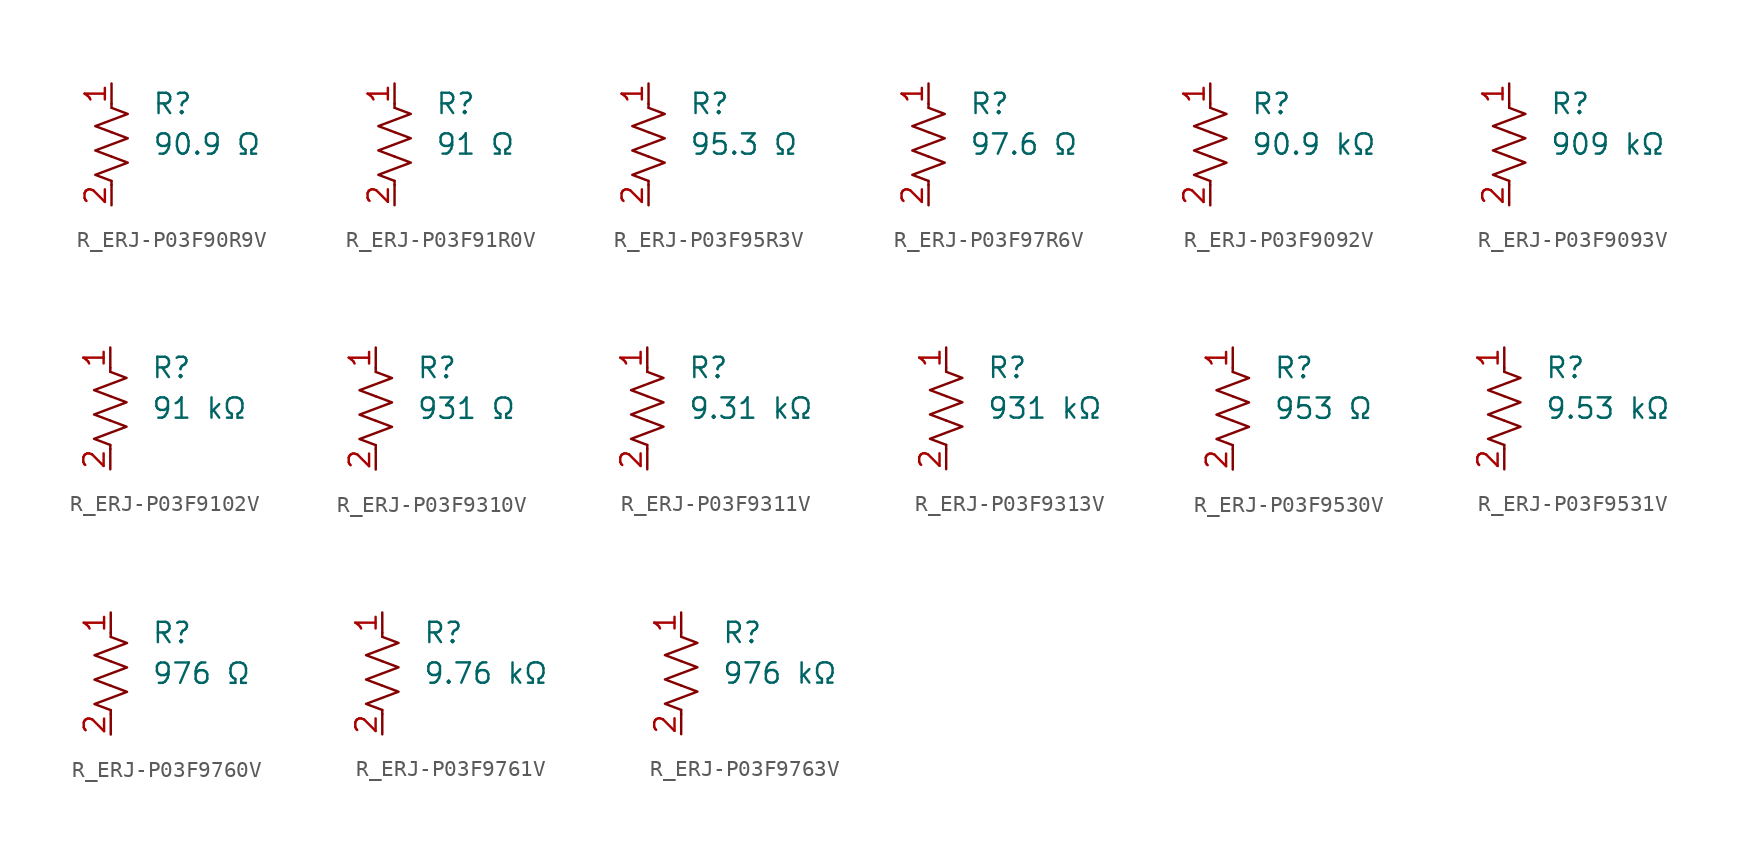
<source format=kicad_sym>
(kicad_symbol_lib
  (version 20231120)
  (generator "kicad_symbol_editor")
  (generator_version "8.0")
  (symbol "R_ERJ-P03F90R9V"
    (pin_names
      (offset 0.254))
    (property "Value" "90.9 Ω"
      (at 2.54 0 0)
      (effects (font (size 1.27 1.27)) (justify left)))
    (property "Reference" "R"
      (at 2.54 2.54 0)
      (effects (font (size 1.27 1.27)) (justify left)))
    (symbol "R_ERJ-P03F90R9V_0_1"
      (polyline (pts (xy 0 -2.286) (xy 0 -2.54)) (stroke (width 0) (type default)) (fill (type none)))
      (polyline (pts (xy 0 2.286) (xy 0 2.54)) (stroke (width 0) (type default)) (fill (type none)))
      (polyline (pts (xy 0 -0.762) (xy 1.016 -1.143) (xy 0 -1.524) (xy -1.016 -1.905) (xy 0 -2.286)) (stroke (width 0) (type default)) (fill (type none)))
      (polyline (pts (xy 0 0.762) (xy 1.016 0.381) (xy 0 0) (xy -1.016 -0.381) (xy 0 -0.762)) (stroke (width 0) (type default)) (fill (type none)))
      (polyline (pts (xy 0 2.286) (xy 1.016 1.905) (xy 0 1.524) (xy -1.016 1.143) (xy 0 0.762)) (stroke (width 0) (type default)) (fill (type none))))
    (symbol "R_ERJ-P03F90R9V_1_1"
      (pin passive line (at 0 3.81 270) (length 1.27) (name "~" (effects (font (size 1.27 1.27)))) (number "1" (effects (font (size 1.27 1.27)))))
      (pin passive line (at 0 -3.81 90) (length 1.27) (name "~" (effects (font (size 1.27 1.27)))) (number "2" (effects (font (size 1.27 1.27)))))))
  (symbol "R_ERJ-P03F91R0V"
    (pin_names
      (offset 0.254))
    (property "Value" "91 Ω"
      (at 2.54 0 0)
      (effects (font (size 1.27 1.27)) (justify left)))
    (property "Reference" "R"
      (at 2.54 2.54 0)
      (effects (font (size 1.27 1.27)) (justify left)))
    (symbol "R_ERJ-P03F91R0V_0_1"
      (polyline (pts (xy 0 -2.286) (xy 0 -2.54)) (stroke (width 0) (type default)) (fill (type none)))
      (polyline (pts (xy 0 2.286) (xy 0 2.54)) (stroke (width 0) (type default)) (fill (type none)))
      (polyline (pts (xy 0 -0.762) (xy 1.016 -1.143) (xy 0 -1.524) (xy -1.016 -1.905) (xy 0 -2.286)) (stroke (width 0) (type default)) (fill (type none)))
      (polyline (pts (xy 0 0.762) (xy 1.016 0.381) (xy 0 0) (xy -1.016 -0.381) (xy 0 -0.762)) (stroke (width 0) (type default)) (fill (type none)))
      (polyline (pts (xy 0 2.286) (xy 1.016 1.905) (xy 0 1.524) (xy -1.016 1.143) (xy 0 0.762)) (stroke (width 0) (type default)) (fill (type none))))
    (symbol "R_ERJ-P03F91R0V_1_1"
      (pin passive line (at 0 3.81 270) (length 1.27) (name "~" (effects (font (size 1.27 1.27)))) (number "1" (effects (font (size 1.27 1.27)))))
      (pin passive line (at 0 -3.81 90) (length 1.27) (name "~" (effects (font (size 1.27 1.27)))) (number "2" (effects (font (size 1.27 1.27)))))))
  (symbol "R_ERJ-P03F95R3V"
    (pin_names
      (offset 0.254))
    (property "Value" "95.3 Ω"
      (at 2.54 0 0)
      (effects (font (size 1.27 1.27)) (justify left)))
    (property "Reference" "R"
      (at 2.54 2.54 0)
      (effects (font (size 1.27 1.27)) (justify left)))
    (symbol "R_ERJ-P03F95R3V_0_1"
      (polyline (pts (xy 0 -2.286) (xy 0 -2.54)) (stroke (width 0) (type default)) (fill (type none)))
      (polyline (pts (xy 0 2.286) (xy 0 2.54)) (stroke (width 0) (type default)) (fill (type none)))
      (polyline (pts (xy 0 -0.762) (xy 1.016 -1.143) (xy 0 -1.524) (xy -1.016 -1.905) (xy 0 -2.286)) (stroke (width 0) (type default)) (fill (type none)))
      (polyline (pts (xy 0 0.762) (xy 1.016 0.381) (xy 0 0) (xy -1.016 -0.381) (xy 0 -0.762)) (stroke (width 0) (type default)) (fill (type none)))
      (polyline (pts (xy 0 2.286) (xy 1.016 1.905) (xy 0 1.524) (xy -1.016 1.143) (xy 0 0.762)) (stroke (width 0) (type default)) (fill (type none))))
    (symbol "R_ERJ-P03F95R3V_1_1"
      (pin passive line (at 0 3.81 270) (length 1.27) (name "~" (effects (font (size 1.27 1.27)))) (number "1" (effects (font (size 1.27 1.27)))))
      (pin passive line (at 0 -3.81 90) (length 1.27) (name "~" (effects (font (size 1.27 1.27)))) (number "2" (effects (font (size 1.27 1.27)))))))
  (symbol "R_ERJ-P03F97R6V"
    (pin_names
      (offset 0.254))
    (property "Value" "97.6 Ω"
      (at 2.54 0 0)
      (effects (font (size 1.27 1.27)) (justify left)))
    (property "Reference" "R"
      (at 2.54 2.54 0)
      (effects (font (size 1.27 1.27)) (justify left)))
    (symbol "R_ERJ-P03F97R6V_0_1"
      (polyline (pts (xy 0 -2.286) (xy 0 -2.54)) (stroke (width 0) (type default)) (fill (type none)))
      (polyline (pts (xy 0 2.286) (xy 0 2.54)) (stroke (width 0) (type default)) (fill (type none)))
      (polyline (pts (xy 0 -0.762) (xy 1.016 -1.143) (xy 0 -1.524) (xy -1.016 -1.905) (xy 0 -2.286)) (stroke (width 0) (type default)) (fill (type none)))
      (polyline (pts (xy 0 0.762) (xy 1.016 0.381) (xy 0 0) (xy -1.016 -0.381) (xy 0 -0.762)) (stroke (width 0) (type default)) (fill (type none)))
      (polyline (pts (xy 0 2.286) (xy 1.016 1.905) (xy 0 1.524) (xy -1.016 1.143) (xy 0 0.762)) (stroke (width 0) (type default)) (fill (type none))))
    (symbol "R_ERJ-P03F97R6V_1_1"
      (pin passive line (at 0 3.81 270) (length 1.27) (name "~" (effects (font (size 1.27 1.27)))) (number "1" (effects (font (size 1.27 1.27)))))
      (pin passive line (at 0 -3.81 90) (length 1.27) (name "~" (effects (font (size 1.27 1.27)))) (number "2" (effects (font (size 1.27 1.27)))))))
  (symbol "R_ERJ-P03F9092V"
    (pin_names
      (offset 0.254))
    (property "Value" "90.9 kΩ"
      (at 2.54 0 0)
      (effects (font (size 1.27 1.27)) (justify left)))
    (property "Reference" "R"
      (at 2.54 2.54 0)
      (effects (font (size 1.27 1.27)) (justify left)))
    (symbol "R_ERJ-P03F9092V_0_1"
      (polyline (pts (xy 0 -2.286) (xy 0 -2.54)) (stroke (width 0) (type default)) (fill (type none)))
      (polyline (pts (xy 0 2.286) (xy 0 2.54)) (stroke (width 0) (type default)) (fill (type none)))
      (polyline (pts (xy 0 -0.762) (xy 1.016 -1.143) (xy 0 -1.524) (xy -1.016 -1.905) (xy 0 -2.286)) (stroke (width 0) (type default)) (fill (type none)))
      (polyline (pts (xy 0 0.762) (xy 1.016 0.381) (xy 0 0) (xy -1.016 -0.381) (xy 0 -0.762)) (stroke (width 0) (type default)) (fill (type none)))
      (polyline (pts (xy 0 2.286) (xy 1.016 1.905) (xy 0 1.524) (xy -1.016 1.143) (xy 0 0.762)) (stroke (width 0) (type default)) (fill (type none))))
    (symbol "R_ERJ-P03F9092V_1_1"
      (pin passive line (at 0 3.81 270) (length 1.27) (name "~" (effects (font (size 1.27 1.27)))) (number "1" (effects (font (size 1.27 1.27)))))
      (pin passive line (at 0 -3.81 90) (length 1.27) (name "~" (effects (font (size 1.27 1.27)))) (number "2" (effects (font (size 1.27 1.27)))))))
  (symbol "R_ERJ-P03F9093V"
    (pin_names
      (offset 0.254))
    (property "Value" "909 kΩ"
      (at 2.54 0 0)
      (effects (font (size 1.27 1.27)) (justify left)))
    (property "Reference" "R"
      (at 2.54 2.54 0)
      (effects (font (size 1.27 1.27)) (justify left)))
    (symbol "R_ERJ-P03F9093V_0_1"
      (polyline (pts (xy 0 -2.286) (xy 0 -2.54)) (stroke (width 0) (type default)) (fill (type none)))
      (polyline (pts (xy 0 2.286) (xy 0 2.54)) (stroke (width 0) (type default)) (fill (type none)))
      (polyline (pts (xy 0 -0.762) (xy 1.016 -1.143) (xy 0 -1.524) (xy -1.016 -1.905) (xy 0 -2.286)) (stroke (width 0) (type default)) (fill (type none)))
      (polyline (pts (xy 0 0.762) (xy 1.016 0.381) (xy 0 0) (xy -1.016 -0.381) (xy 0 -0.762)) (stroke (width 0) (type default)) (fill (type none)))
      (polyline (pts (xy 0 2.286) (xy 1.016 1.905) (xy 0 1.524) (xy -1.016 1.143) (xy 0 0.762)) (stroke (width 0) (type default)) (fill (type none))))
    (symbol "R_ERJ-P03F9093V_1_1"
      (pin passive line (at 0 3.81 270) (length 1.27) (name "~" (effects (font (size 1.27 1.27)))) (number "1" (effects (font (size 1.27 1.27)))))
      (pin passive line (at 0 -3.81 90) (length 1.27) (name "~" (effects (font (size 1.27 1.27)))) (number "2" (effects (font (size 1.27 1.27)))))))
  (symbol "R_ERJ-P03F9102V"
    (pin_names
      (offset 0.254))
    (property "Value" "91 kΩ"
      (at 2.54 0 0)
      (effects (font (size 1.27 1.27)) (justify left)))
    (property "Reference" "R"
      (at 2.54 2.54 0)
      (effects (font (size 1.27 1.27)) (justify left)))
    (symbol "R_ERJ-P03F9102V_0_1"
      (polyline (pts (xy 0 -2.286) (xy 0 -2.54)) (stroke (width 0) (type default)) (fill (type none)))
      (polyline (pts (xy 0 2.286) (xy 0 2.54)) (stroke (width 0) (type default)) (fill (type none)))
      (polyline (pts (xy 0 -0.762) (xy 1.016 -1.143) (xy 0 -1.524) (xy -1.016 -1.905) (xy 0 -2.286)) (stroke (width 0) (type default)) (fill (type none)))
      (polyline (pts (xy 0 0.762) (xy 1.016 0.381) (xy 0 0) (xy -1.016 -0.381) (xy 0 -0.762)) (stroke (width 0) (type default)) (fill (type none)))
      (polyline (pts (xy 0 2.286) (xy 1.016 1.905) (xy 0 1.524) (xy -1.016 1.143) (xy 0 0.762)) (stroke (width 0) (type default)) (fill (type none))))
    (symbol "R_ERJ-P03F9102V_1_1"
      (pin passive line (at 0 3.81 270) (length 1.27) (name "~" (effects (font (size 1.27 1.27)))) (number "1" (effects (font (size 1.27 1.27)))))
      (pin passive line (at 0 -3.81 90) (length 1.27) (name "~" (effects (font (size 1.27 1.27)))) (number "2" (effects (font (size 1.27 1.27)))))))
  (symbol "R_ERJ-P03F9310V"
    (pin_names
      (offset 0.254))
    (property "Value" "931 Ω"
      (at 2.54 0 0)
      (effects (font (size 1.27 1.27)) (justify left)))
    (property "Reference" "R"
      (at 2.54 2.54 0)
      (effects (font (size 1.27 1.27)) (justify left)))
    (symbol "R_ERJ-P03F9310V_0_1"
      (polyline (pts (xy 0 -2.286) (xy 0 -2.54)) (stroke (width 0) (type default)) (fill (type none)))
      (polyline (pts (xy 0 2.286) (xy 0 2.54)) (stroke (width 0) (type default)) (fill (type none)))
      (polyline (pts (xy 0 -0.762) (xy 1.016 -1.143) (xy 0 -1.524) (xy -1.016 -1.905) (xy 0 -2.286)) (stroke (width 0) (type default)) (fill (type none)))
      (polyline (pts (xy 0 0.762) (xy 1.016 0.381) (xy 0 0) (xy -1.016 -0.381) (xy 0 -0.762)) (stroke (width 0) (type default)) (fill (type none)))
      (polyline (pts (xy 0 2.286) (xy 1.016 1.905) (xy 0 1.524) (xy -1.016 1.143) (xy 0 0.762)) (stroke (width 0) (type default)) (fill (type none))))
    (symbol "R_ERJ-P03F9310V_1_1"
      (pin passive line (at 0 3.81 270) (length 1.27) (name "~" (effects (font (size 1.27 1.27)))) (number "1" (effects (font (size 1.27 1.27)))))
      (pin passive line (at 0 -3.81 90) (length 1.27) (name "~" (effects (font (size 1.27 1.27)))) (number "2" (effects (font (size 1.27 1.27)))))))
  (symbol "R_ERJ-P03F9311V"
    (pin_names
      (offset 0.254))
    (property "Value" "9.31 kΩ"
      (at 2.54 0 0)
      (effects (font (size 1.27 1.27)) (justify left)))
    (property "Reference" "R"
      (at 2.54 2.54 0)
      (effects (font (size 1.27 1.27)) (justify left)))
    (symbol "R_ERJ-P03F9311V_0_1"
      (polyline (pts (xy 0 -2.286) (xy 0 -2.54)) (stroke (width 0) (type default)) (fill (type none)))
      (polyline (pts (xy 0 2.286) (xy 0 2.54)) (stroke (width 0) (type default)) (fill (type none)))
      (polyline (pts (xy 0 -0.762) (xy 1.016 -1.143) (xy 0 -1.524) (xy -1.016 -1.905) (xy 0 -2.286)) (stroke (width 0) (type default)) (fill (type none)))
      (polyline (pts (xy 0 0.762) (xy 1.016 0.381) (xy 0 0) (xy -1.016 -0.381) (xy 0 -0.762)) (stroke (width 0) (type default)) (fill (type none)))
      (polyline (pts (xy 0 2.286) (xy 1.016 1.905) (xy 0 1.524) (xy -1.016 1.143) (xy 0 0.762)) (stroke (width 0) (type default)) (fill (type none))))
    (symbol "R_ERJ-P03F9311V_1_1"
      (pin passive line (at 0 3.81 270) (length 1.27) (name "~" (effects (font (size 1.27 1.27)))) (number "1" (effects (font (size 1.27 1.27)))))
      (pin passive line (at 0 -3.81 90) (length 1.27) (name "~" (effects (font (size 1.27 1.27)))) (number "2" (effects (font (size 1.27 1.27)))))))
  (symbol "R_ERJ-P03F9313V"
    (pin_names
      (offset 0.254))
    (property "Value" "931 kΩ"
      (at 2.54 0 0)
      (effects (font (size 1.27 1.27)) (justify left)))
    (property "Reference" "R"
      (at 2.54 2.54 0)
      (effects (font (size 1.27 1.27)) (justify left)))
    (symbol "R_ERJ-P03F9313V_0_1"
      (polyline (pts (xy 0 -2.286) (xy 0 -2.54)) (stroke (width 0) (type default)) (fill (type none)))
      (polyline (pts (xy 0 2.286) (xy 0 2.54)) (stroke (width 0) (type default)) (fill (type none)))
      (polyline (pts (xy 0 -0.762) (xy 1.016 -1.143) (xy 0 -1.524) (xy -1.016 -1.905) (xy 0 -2.286)) (stroke (width 0) (type default)) (fill (type none)))
      (polyline (pts (xy 0 0.762) (xy 1.016 0.381) (xy 0 0) (xy -1.016 -0.381) (xy 0 -0.762)) (stroke (width 0) (type default)) (fill (type none)))
      (polyline (pts (xy 0 2.286) (xy 1.016 1.905) (xy 0 1.524) (xy -1.016 1.143) (xy 0 0.762)) (stroke (width 0) (type default)) (fill (type none))))
    (symbol "R_ERJ-P03F9313V_1_1"
      (pin passive line (at 0 3.81 270) (length 1.27) (name "~" (effects (font (size 1.27 1.27)))) (number "1" (effects (font (size 1.27 1.27)))))
      (pin passive line (at 0 -3.81 90) (length 1.27) (name "~" (effects (font (size 1.27 1.27)))) (number "2" (effects (font (size 1.27 1.27)))))))
  (symbol "R_ERJ-P03F9530V"
    (pin_names
      (offset 0.254))
    (property "Value" "953 Ω"
      (at 2.54 0 0)
      (effects (font (size 1.27 1.27)) (justify left)))
    (property "Reference" "R"
      (at 2.54 2.54 0)
      (effects (font (size 1.27 1.27)) (justify left)))
    (symbol "R_ERJ-P03F9530V_0_1"
      (polyline (pts (xy 0 -2.286) (xy 0 -2.54)) (stroke (width 0) (type default)) (fill (type none)))
      (polyline (pts (xy 0 2.286) (xy 0 2.54)) (stroke (width 0) (type default)) (fill (type none)))
      (polyline (pts (xy 0 -0.762) (xy 1.016 -1.143) (xy 0 -1.524) (xy -1.016 -1.905) (xy 0 -2.286)) (stroke (width 0) (type default)) (fill (type none)))
      (polyline (pts (xy 0 0.762) (xy 1.016 0.381) (xy 0 0) (xy -1.016 -0.381) (xy 0 -0.762)) (stroke (width 0) (type default)) (fill (type none)))
      (polyline (pts (xy 0 2.286) (xy 1.016 1.905) (xy 0 1.524) (xy -1.016 1.143) (xy 0 0.762)) (stroke (width 0) (type default)) (fill (type none))))
    (symbol "R_ERJ-P03F9530V_1_1"
      (pin passive line (at 0 3.81 270) (length 1.27) (name "~" (effects (font (size 1.27 1.27)))) (number "1" (effects (font (size 1.27 1.27)))))
      (pin passive line (at 0 -3.81 90) (length 1.27) (name "~" (effects (font (size 1.27 1.27)))) (number "2" (effects (font (size 1.27 1.27)))))))
  (symbol "R_ERJ-P03F9531V"
    (pin_names
      (offset 0.254))
    (property "Value" "9.53 kΩ"
      (at 2.54 0 0)
      (effects (font (size 1.27 1.27)) (justify left)))
    (property "Reference" "R"
      (at 2.54 2.54 0)
      (effects (font (size 1.27 1.27)) (justify left)))
    (symbol "R_ERJ-P03F9531V_0_1"
      (polyline (pts (xy 0 -2.286) (xy 0 -2.54)) (stroke (width 0) (type default)) (fill (type none)))
      (polyline (pts (xy 0 2.286) (xy 0 2.54)) (stroke (width 0) (type default)) (fill (type none)))
      (polyline (pts (xy 0 -0.762) (xy 1.016 -1.143) (xy 0 -1.524) (xy -1.016 -1.905) (xy 0 -2.286)) (stroke (width 0) (type default)) (fill (type none)))
      (polyline (pts (xy 0 0.762) (xy 1.016 0.381) (xy 0 0) (xy -1.016 -0.381) (xy 0 -0.762)) (stroke (width 0) (type default)) (fill (type none)))
      (polyline (pts (xy 0 2.286) (xy 1.016 1.905) (xy 0 1.524) (xy -1.016 1.143) (xy 0 0.762)) (stroke (width 0) (type default)) (fill (type none))))
    (symbol "R_ERJ-P03F9531V_1_1"
      (pin passive line (at 0 3.81 270) (length 1.27) (name "~" (effects (font (size 1.27 1.27)))) (number "1" (effects (font (size 1.27 1.27)))))
      (pin passive line (at 0 -3.81 90) (length 1.27) (name "~" (effects (font (size 1.27 1.27)))) (number "2" (effects (font (size 1.27 1.27)))))))
  (symbol "R_ERJ-P03F9760V"
    (pin_names
      (offset 0.254))
    (property "Value" "976 Ω"
      (at 2.54 0 0)
      (effects (font (size 1.27 1.27)) (justify left)))
    (property "Reference" "R"
      (at 2.54 2.54 0)
      (effects (font (size 1.27 1.27)) (justify left)))
    (symbol "R_ERJ-P03F9760V_0_1"
      (polyline (pts (xy 0 -2.286) (xy 0 -2.54)) (stroke (width 0) (type default)) (fill (type none)))
      (polyline (pts (xy 0 2.286) (xy 0 2.54)) (stroke (width 0) (type default)) (fill (type none)))
      (polyline (pts (xy 0 -0.762) (xy 1.016 -1.143) (xy 0 -1.524) (xy -1.016 -1.905) (xy 0 -2.286)) (stroke (width 0) (type default)) (fill (type none)))
      (polyline (pts (xy 0 0.762) (xy 1.016 0.381) (xy 0 0) (xy -1.016 -0.381) (xy 0 -0.762)) (stroke (width 0) (type default)) (fill (type none)))
      (polyline (pts (xy 0 2.286) (xy 1.016 1.905) (xy 0 1.524) (xy -1.016 1.143) (xy 0 0.762)) (stroke (width 0) (type default)) (fill (type none))))
    (symbol "R_ERJ-P03F9760V_1_1"
      (pin passive line (at 0 3.81 270) (length 1.27) (name "~" (effects (font (size 1.27 1.27)))) (number "1" (effects (font (size 1.27 1.27)))))
      (pin passive line (at 0 -3.81 90) (length 1.27) (name "~" (effects (font (size 1.27 1.27)))) (number "2" (effects (font (size 1.27 1.27)))))))
  (symbol "R_ERJ-P03F9761V"
    (pin_names
      (offset 0.254))
    (property "Value" "9.76 kΩ"
      (at 2.54 0 0)
      (effects (font (size 1.27 1.27)) (justify left)))
    (property "Reference" "R"
      (at 2.54 2.54 0)
      (effects (font (size 1.27 1.27)) (justify left)))
    (symbol "R_ERJ-P03F9761V_0_1"
      (polyline (pts (xy 0 -2.286) (xy 0 -2.54)) (stroke (width 0) (type default)) (fill (type none)))
      (polyline (pts (xy 0 2.286) (xy 0 2.54)) (stroke (width 0) (type default)) (fill (type none)))
      (polyline (pts (xy 0 -0.762) (xy 1.016 -1.143) (xy 0 -1.524) (xy -1.016 -1.905) (xy 0 -2.286)) (stroke (width 0) (type default)) (fill (type none)))
      (polyline (pts (xy 0 0.762) (xy 1.016 0.381) (xy 0 0) (xy -1.016 -0.381) (xy 0 -0.762)) (stroke (width 0) (type default)) (fill (type none)))
      (polyline (pts (xy 0 2.286) (xy 1.016 1.905) (xy 0 1.524) (xy -1.016 1.143) (xy 0 0.762)) (stroke (width 0) (type default)) (fill (type none))))
    (symbol "R_ERJ-P03F9761V_1_1"
      (pin passive line (at 0 3.81 270) (length 1.27) (name "~" (effects (font (size 1.27 1.27)))) (number "1" (effects (font (size 1.27 1.27)))))
      (pin passive line (at 0 -3.81 90) (length 1.27) (name "~" (effects (font (size 1.27 1.27)))) (number "2" (effects (font (size 1.27 1.27)))))))
  (symbol "R_ERJ-P03F9763V"
    (pin_names
      (offset 0.254))
    (property "Value" "976 kΩ"
      (at 2.54 0 0)
      (effects (font (size 1.27 1.27)) (justify left)))
    (property "Reference" "R"
      (at 2.54 2.54 0)
      (effects (font (size 1.27 1.27)) (justify left)))
    (symbol "R_ERJ-P03F9763V_0_1"
      (polyline (pts (xy 0 -2.286) (xy 0 -2.54)) (stroke (width 0) (type default)) (fill (type none)))
      (polyline (pts (xy 0 2.286) (xy 0 2.54)) (stroke (width 0) (type default)) (fill (type none)))
      (polyline (pts (xy 0 -0.762) (xy 1.016 -1.143) (xy 0 -1.524) (xy -1.016 -1.905) (xy 0 -2.286)) (stroke (width 0) (type default)) (fill (type none)))
      (polyline (pts (xy 0 0.762) (xy 1.016 0.381) (xy 0 0) (xy -1.016 -0.381) (xy 0 -0.762)) (stroke (width 0) (type default)) (fill (type none)))
      (polyline (pts (xy 0 2.286) (xy 1.016 1.905) (xy 0 1.524) (xy -1.016 1.143) (xy 0 0.762)) (stroke (width 0) (type default)) (fill (type none))))
    (symbol "R_ERJ-P03F9763V_1_1"
      (pin passive line (at 0 3.81 270) (length 1.27) (name "~" (effects (font (size 1.27 1.27)))) (number "1" (effects (font (size 1.27 1.27)))))
      (pin passive line (at 0 -3.81 90) (length 1.27) (name "~" (effects (font (size 1.27 1.27)))) (number "2" (effects (font (size 1.27 1.27))))))))
</source>
